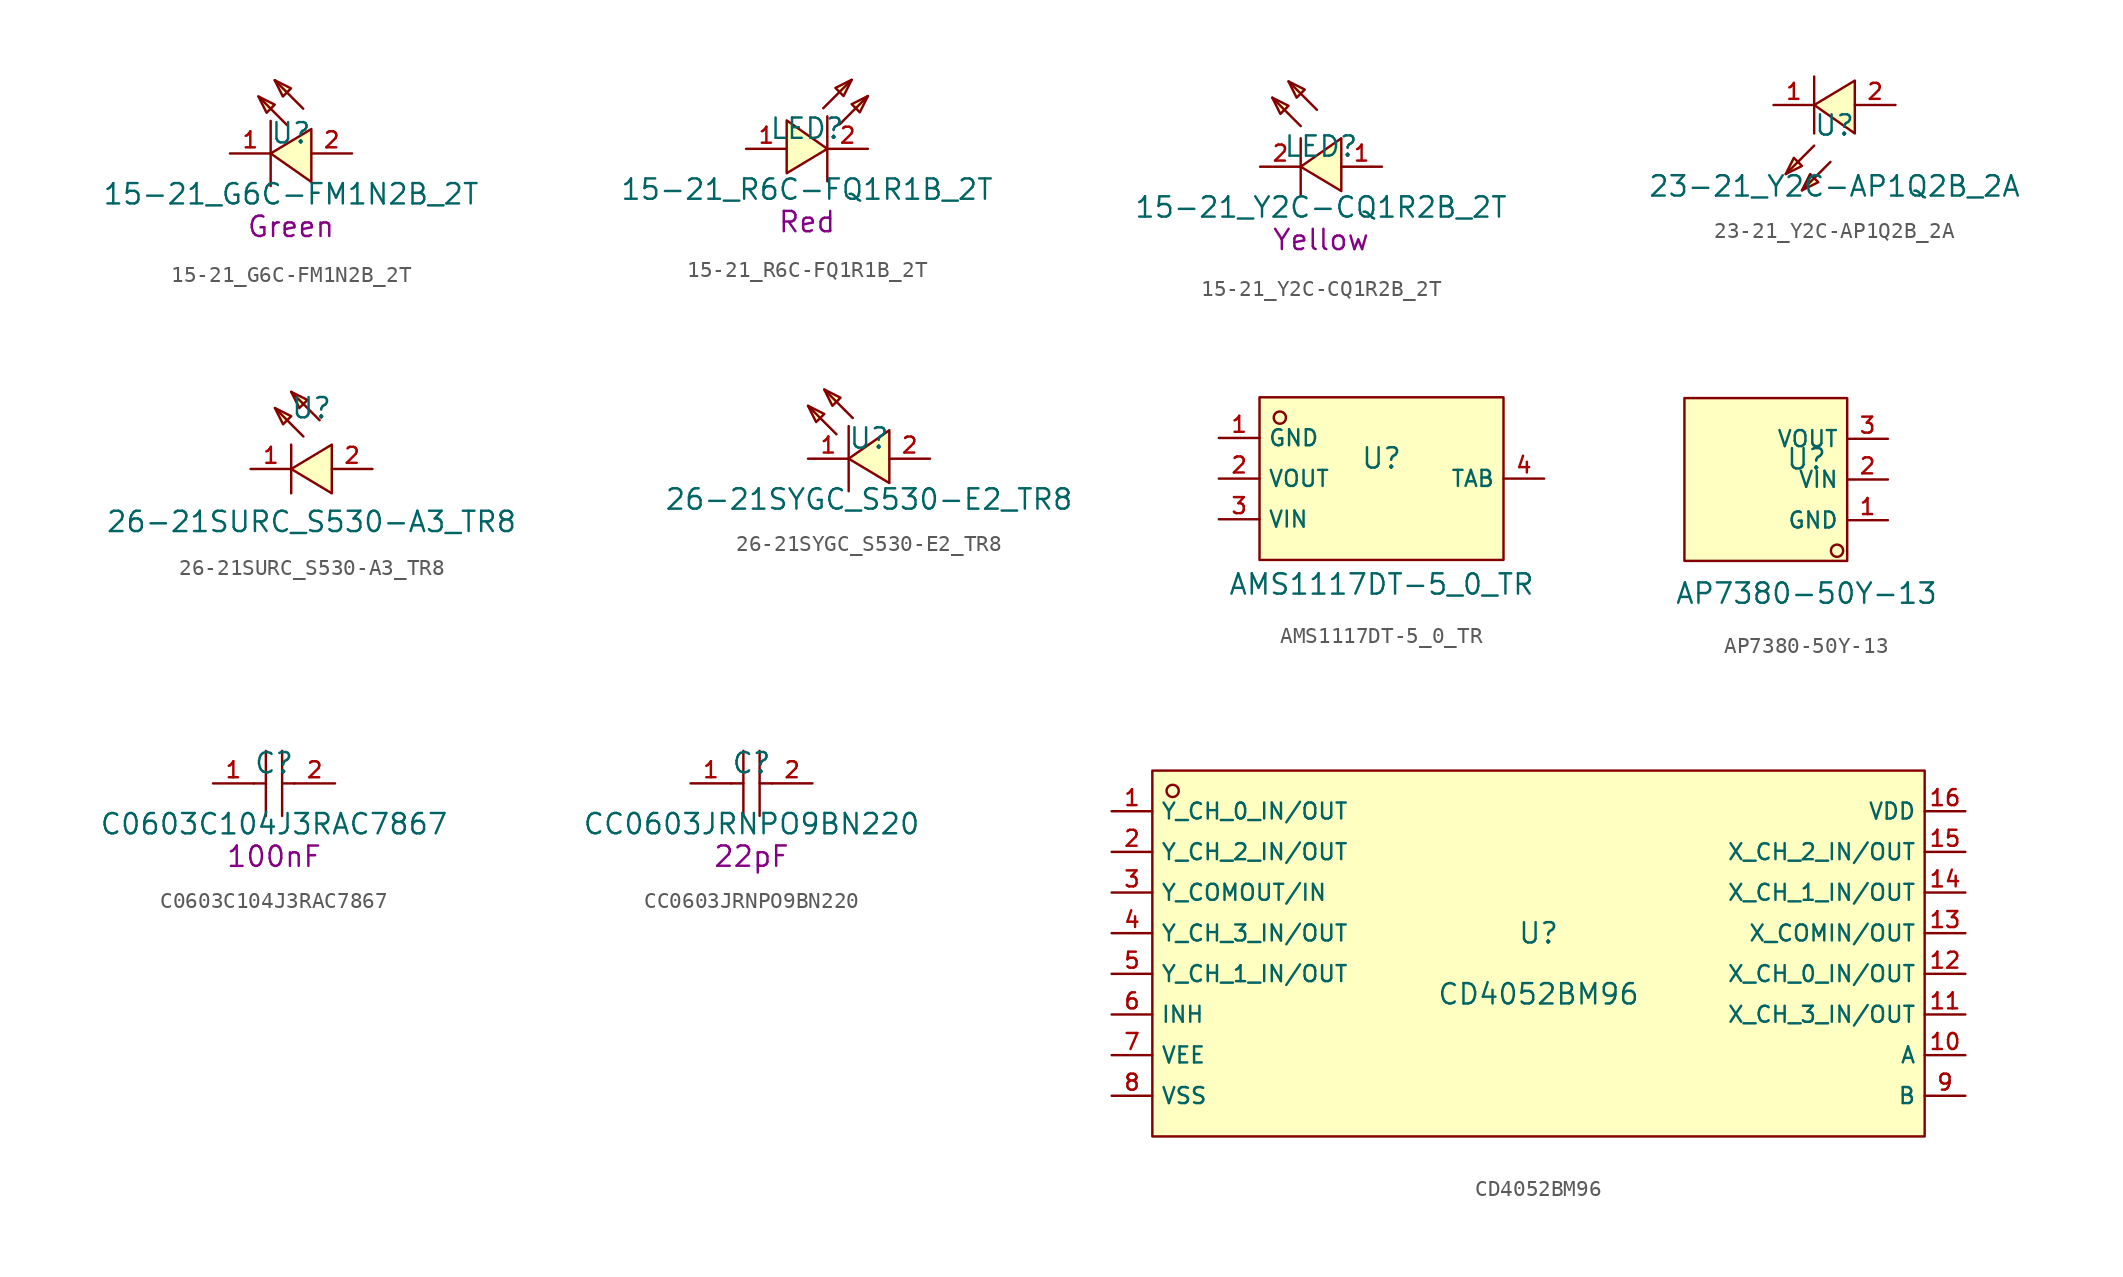
<source format=kicad_sym>
(kicad_symbol_lib
  (version 20220914)
  (generator kicad_symbol_editor)
  (symbol "15-21_G6C-FM1N2B_2T"
    (pin_names hide)
    (property "Reference" "U"
      (at 0 1.27 0)
      (effects (font (size 1.27 1.27))))
    (property "Value" "15-21_G6C-FM1N2B_2T"
      (at 0 -2.54 0)
      (effects (font (size 1.27 1.27))))
    (property "Colour" "Green"
      (at 0 -4.572 0)
      (effects (font (size 1.27 1.27))))
    (symbol "15-21_G6C-FM1N2B_2T_0_1"
      (polyline (pts (xy -1.27 -2.032) (xy -1.27 2.032)) (stroke (width 0) (type default)) (fill (type none)))
      (polyline (pts (xy -0.254 1.778) (xy -2.032 3.556)) (stroke (width 0) (type default)) (fill (type none)))
      (polyline (pts (xy 0.762 2.794) (xy -1.016 4.572)) (stroke (width 0) (type default)) (fill (type none)))
      (polyline (pts (xy -2.032 3.556) (xy -1.524 2.54) (xy -1.016 3.048) (xy -2.032 3.556)) (stroke (width 0) (type default)) (fill (type background)))
      (polyline (pts (xy -1.016 4.572) (xy -0.508 3.556) (xy 0 4.064) (xy -1.016 4.572)) (stroke (width 0) (type default)) (fill (type background)))
      (polyline (pts (xy 1.27 1.524) (xy -1.27 0) (xy 1.27 -1.778) (xy 1.27 1.524)) (stroke (width 0) (type default)) (fill (type background))))
    (symbol "15-21_G6C-FM1N2B_2T_1_1"
      (pin unspecified line (at -3.81 0 0) (length 2.54) (name "-" (effects (font (size 1 1)))) (number "1" (effects (font (size 1 1)))))
      (pin unspecified line (at 3.81 0 180) (length 2.54) (name "+" (effects (font (size 1 1)))) (number "2" (effects (font (size 1 1)))))))
  (symbol "15-21_R6C-FQ1R1B_2T"
    (pin_names hide)
    (property "Reference" "LED"
      (at 0 1.27 0)
      (effects (font (size 1.27 1.27))))
    (property "Value" "15-21_R6C-FQ1R1B_2T"
      (at 0 -2.54 0)
      (effects (font (size 1.27 1.27))))
    (property "Colour" "Red"
      (at 0 -4.572 0)
      (effects (font (size 1.27 1.27))))
    (symbol "15-21_R6C-FQ1R1B_2T_0_1"
      (polyline (pts (xy 1.016 2.54) (xy 2.794 4.318)) (stroke (width 0) (type default)) (fill (type none)))
      (polyline (pts (xy 1.27 2.032) (xy 1.27 -2.032)) (stroke (width 0) (type default)) (fill (type none)))
      (polyline (pts (xy 2.032 1.524) (xy 3.81 3.302)) (stroke (width 0) (type default)) (fill (type none)))
      (polyline (pts (xy -1.27 -1.524) (xy 1.27 0) (xy -1.27 1.778) (xy -1.27 -1.524)) (stroke (width 0) (type default)) (fill (type background)))
      (polyline (pts (xy 2.794 4.318) (xy 1.778 3.81) (xy 2.286 3.302) (xy 2.794 4.318)) (stroke (width 0) (type default)) (fill (type background)))
      (polyline (pts (xy 3.81 3.302) (xy 2.794 2.794) (xy 3.302 2.286) (xy 3.81 3.302)) (stroke (width 0) (type default)) (fill (type background))))
    (symbol "15-21_R6C-FQ1R1B_2T_1_1"
      (pin unspecified line (at -3.81 0 0) (length 2.54) (name "A" (effects (font (size 1 1)))) (number "1" (effects (font (size 1 1)))))
      (pin unspecified line (at 3.81 0 180) (length 2.54) (name "K" (effects (font (size 1 1)))) (number "2" (effects (font (size 1 1)))))))
  (symbol "15-21_Y2C-CQ1R2B_2T"
    (pin_names hide)
    (property "Reference" "LED"
      (at 0 1.27 0)
      (effects (font (size 1.27 1.27))))
    (property "Value" "15-21_Y2C-CQ1R2B_2T"
      (at 0 -2.54 0)
      (effects (font (size 1.27 1.27))))
    (property "Colour" "Yellow"
      (at 0 -4.572 0)
      (effects (font (size 1.27 1.27))))
    (symbol "15-21_Y2C-CQ1R2B_2T_0_1"
      (polyline (pts (xy -1.27 -1.778) (xy -1.27 1.778)) (stroke (width 0) (type default)) (fill (type none)))
      (polyline (pts (xy -1.27 2.54) (xy -3.048 4.318)) (stroke (width 0) (type default)) (fill (type none)))
      (polyline (pts (xy -0.254 3.556) (xy -2.032 5.334)) (stroke (width 0) (type default)) (fill (type none)))
      (polyline (pts (xy -3.048 4.318) (xy -2.032 3.81) (xy -2.54 3.302) (xy -3.048 4.318)) (stroke (width 0) (type default)) (fill (type background)))
      (polyline (pts (xy -2.032 5.334) (xy -1.016 4.826) (xy -1.524 4.318) (xy -2.032 5.334)) (stroke (width 0) (type default)) (fill (type background)))
      (polyline (pts (xy 1.27 -1.524) (xy -1.27 0) (xy 1.27 1.778) (xy 1.27 -1.524)) (stroke (width 0) (type default)) (fill (type background))))
    (symbol "15-21_Y2C-CQ1R2B_2T_1_1"
      (pin unspecified line (at 3.81 0 180) (length 2.54) (name "A" (effects (font (size 1 1)))) (number "1" (effects (font (size 1 1)))))
      (pin unspecified line (at -3.81 0 0) (length 2.54) (name "K" (effects (font (size 1 1)))) (number "2" (effects (font (size 1 1)))))))
  (symbol "23-21_Y2C-AP1Q2B_2A"
    (pin_names hide)
    (property "Reference" "U"
      (at 0 -1.27 0)
      (effects (font (size 1.27 1.27))))
    (property "Value" "23-21_Y2C-AP1Q2B_2A"
      (at 0 -5.08 0)
      (effects (font (size 1.27 1.27))))
    (symbol "23-21_Y2C-AP1Q2B_2A_0_1"
      (polyline (pts (xy -1.27 -2.54) (xy -3.048 -4.318)) (stroke (width 0) (type default)) (fill (type none)))
      (polyline (pts (xy -1.27 1.778) (xy -1.27 -1.778)) (stroke (width 0) (type default)) (fill (type none)))
      (polyline (pts (xy -0.254 -3.556) (xy -2.032 -5.334)) (stroke (width 0) (type default)) (fill (type none)))
      (polyline (pts (xy -3.048 -4.318) (xy -2.032 -3.81) (xy -2.54 -3.302) (xy -3.048 -4.318)) (stroke (width 0) (type default)) (fill (type background)))
      (polyline (pts (xy -2.032 -5.334) (xy -1.016 -4.826) (xy -1.524 -4.318) (xy -2.032 -5.334)) (stroke (width 0) (type default)) (fill (type background)))
      (polyline (pts (xy 1.27 1.524) (xy -1.27 0) (xy 1.27 -1.778) (xy 1.27 1.524)) (stroke (width 0) (type default)) (fill (type background))))
    (symbol "23-21_Y2C-AP1Q2B_2A_1_1"
      (pin unspecified line (at -3.81 0 0) (length 2.54) (name "-" (effects (font (size 1 1)))) (number "1" (effects (font (size 1 1)))))
      (pin unspecified line (at 3.81 0 180) (length 2.54) (name "+" (effects (font (size 1 1)))) (number "2" (effects (font (size 1 1)))))))
  (symbol "26-21SURC_S530-A3_TR8"
    (pin_names hide)
    (property "Reference" "U"
      (at 0 3.81 0)
      (effects (font (size 1.27 1.27))))
    (property "Value" "26-21SURC_S530-A3_TR8"
      (at 0 -3.302 0)
      (effects (font (size 1.27 1.27))))
    (symbol "26-21SURC_S530-A3_TR8_0_1"
      (polyline (pts (xy -1.27 1.524) (xy -1.27 -1.524)) (stroke (width 0) (type default)) (fill (type none)))
      (polyline (pts (xy -0.508 2.032) (xy -2.286 3.81)) (stroke (width 0) (type default)) (fill (type none)))
      (polyline (pts (xy 0.508 3.048) (xy -1.27 4.826)) (stroke (width 0) (type default)) (fill (type none)))
      (polyline (pts (xy -2.286 3.81) (xy -1.27 3.302) (xy -1.778 2.794) (xy -2.286 3.81)) (stroke (width 0) (type default)) (fill (type background)))
      (polyline (pts (xy -1.27 4.826) (xy -0.254 4.318) (xy -0.762 3.81) (xy -1.27 4.826)) (stroke (width 0) (type default)) (fill (type background)))
      (polyline (pts (xy 1.27 -1.524) (xy -1.27 0) (xy 1.27 1.524) (xy 1.27 -1.524)) (stroke (width 0) (type default)) (fill (type background))))
    (symbol "26-21SURC_S530-A3_TR8_1_1"
      (pin input line (at -3.81 0 0) (length 2.54) (name "-" (effects (font (size 1 1)))) (number "1" (effects (font (size 1 1)))))
      (pin input line (at 3.81 0 180) (length 2.54) (name "+" (effects (font (size 1 1)))) (number "2" (effects (font (size 1 1)))))))
  (symbol "26-21SYGC_S530-E2_TR8"
    (pin_names hide)
    (property "Reference" "U"
      (at 0 1.27 0)
      (effects (font (size 1.27 1.27))))
    (property "Value" "26-21SYGC_S530-E2_TR8"
      (at 0 -2.54 0)
      (effects (font (size 1.27 1.27))))
    (symbol "26-21SYGC_S530-E2_TR8_0_1"
      (polyline (pts (xy -2.032 1.524) (xy -3.81 3.302)) (stroke (width 0) (type default)) (fill (type none)))
      (polyline (pts (xy -1.27 2.032) (xy -1.27 -2.032)) (stroke (width 0) (type default)) (fill (type none)))
      (polyline (pts (xy -1.016 2.54) (xy -2.794 4.318)) (stroke (width 0) (type default)) (fill (type none)))
      (polyline (pts (xy -3.81 3.302) (xy -2.794 2.794) (xy -3.302 2.286) (xy -3.81 3.302)) (stroke (width 0) (type default)) (fill (type background)))
      (polyline (pts (xy -2.794 4.318) (xy -1.778 3.81) (xy -2.286 3.302) (xy -2.794 4.318)) (stroke (width 0) (type default)) (fill (type background)))
      (polyline (pts (xy 1.27 -1.524) (xy -1.27 0) (xy 1.27 1.778) (xy 1.27 -1.524)) (stroke (width 0) (type default)) (fill (type background))))
    (symbol "26-21SYGC_S530-E2_TR8_1_1"
      (pin unspecified line (at -3.81 0 0) (length 2.54) (name "1" (effects (font (size 1 1)))) (number "1" (effects (font (size 1 1)))))
      (pin unspecified line (at 3.81 0 180) (length 2.54) (name "2" (effects (font (size 1 1)))) (number "2" (effects (font (size 1 1)))))))
  (symbol "AMS1117DT-5_0_TR"
    (property "Reference" "U"
      (at 0 1.27 0)
      (effects (font (size 1.27 1.27))))
    (property "Value" "AMS1117DT-5_0_TR"
      (at 0 -6.604 0)
      (effects (font (size 1.27 1.27))))
    (symbol "AMS1117DT-5_0_TR_0_1"
      (rectangle (start -7.62 5.08) (end 7.62 -5.08) (stroke (width 0) (type default)) (fill (type background)))
      (circle (center -6.35 3.81) (radius 0.381) (stroke (width 0) (type default)) (fill (type background)))
      (pin unspecified line (at -10.16 2.54 0) (length 2.54) (name "GND" (effects (font (size 1 1)))) (number "1" (effects (font (size 1 1)))))
      (pin unspecified line (at -10.16 0 0) (length 2.54) (name "VOUT" (effects (font (size 1 1)))) (number "2" (effects (font (size 1 1)))))
      (pin unspecified line (at -10.16 -2.54 0) (length 2.54) (name "VIN" (effects (font (size 1 1)))) (number "3" (effects (font (size 1 1)))))
      (pin unspecified line (at 10.16 0 180) (length 2.54) (name "TAB" (effects (font (size 1 1)))) (number "4" (effects (font (size 1 1)))))))
  (symbol "AP7380-50Y-13"
    (property "Reference" "U"
      (at 0 1.27 0)
      (effects (font (size 1.27 1.27))))
    (property "Value" "AP7380-50Y-13"
      (at 0 -7.112 0)
      (effects (font (size 1.27 1.27))))
    (symbol "AP7380-50Y-13_0_1"
      (rectangle (start -7.62 5.08) (end 2.54 -5.08) (stroke (width 0) (type default)) (fill (type background)))
      (circle (center 1.905 -4.445) (radius 0.381) (stroke (width 0) (type default)) (fill (type background)))
      (pin unspecified line (at 5.08 -2.54 180) (length 2.54) (name "GND" (effects (font (size 1 1)))) (number "1" (effects (font (size 1 1)))))
      (pin unspecified line (at 5.08 0 180) (length 2.54) (name "VIN" (effects (font (size 1 1)))) (number "2" (effects (font (size 1 1)))))
      (pin unspecified line (at 5.08 2.54 180) (length 2.54) (name "VOUT" (effects (font (size 1 1)))) (number "3" (effects (font (size 1 1)))))))
  (symbol "C0603C104J3RAC7867"
    (pin_names hide)
    (property "Reference" "C"
      (at 0 1.27 0)
      (effects (font (size 1.27 1.27))))
    (property "Value" "C0603C104J3RAC7867"
      (at 0 -2.54 0)
      (effects (font (size 1.27 1.27))))
    (property "Capacitnce" "100nF"
      (at 0 -4.572 0)
      (effects (font (size 1.27 1.27))))
    (symbol "C0603C104J3RAC7867_0_1"
      (polyline (pts (xy -1.27 0) (xy -0.508 0)) (stroke (width 0) (type default)) (fill (type none)))
      (polyline (pts (xy -0.508 2.032) (xy -0.508 -2.032)) (stroke (width 0) (type default)) (fill (type none)))
      (polyline (pts (xy 0.508 0) (xy 1.27 0)) (stroke (width 0) (type default)) (fill (type none)))
      (polyline (pts (xy 0.508 2.032) (xy 0.508 -2.032)) (stroke (width 0) (type default)) (fill (type none)))
      (pin input line (at 3.81 0 180) (length 2.54) (name "2" (effects (font (size 1 1)))) (number "2" (effects (font (size 1 1))))))
    (symbol "C0603C104J3RAC7867_1_1"
      (pin input line (at -3.81 0 0) (length 2.54) (name "1" (effects (font (size 1 1)))) (number "1" (effects (font (size 1 1)))))))
  (symbol "CC0603JRNPO9BN220"
    (pin_names hide)
    (property "Reference" "C"
      (at 0 1.27 0)
      (effects (font (size 1.27 1.27))))
    (property "Value" "CC0603JRNPO9BN220"
      (at 0 -2.54 0)
      (effects (font (size 1.27 1.27))))
    (property "Capacitance" "22pF"
      (at 0 -4.572 0)
      (effects (font (size 1.27 1.27))))
    (symbol "CC0603JRNPO9BN220_0_1"
      (polyline (pts (xy -1.27 0) (xy -0.508 0)) (stroke (width 0) (type default)) (fill (type none)))
      (polyline (pts (xy -0.508 2.032) (xy -0.508 -2.032)) (stroke (width 0) (type default)) (fill (type none)))
      (polyline (pts (xy 0.508 0) (xy 1.27 0)) (stroke (width 0) (type default)) (fill (type none)))
      (polyline (pts (xy 0.508 2.032) (xy 0.508 -2.032)) (stroke (width 0) (type default)) (fill (type none)))
      (pin input line (at 3.81 0 180) (length 2.54) (name "2" (effects (font (size 1 1)))) (number "2" (effects (font (size 1 1))))))
    (symbol "CC0603JRNPO9BN220_1_1"
      (pin input line (at -3.81 0 0) (length 2.54) (name "1" (effects (font (size 1 1)))) (number "1" (effects (font (size 1 1)))))))
  (symbol "CD4052BM96"
    (property "Reference" "U"
      (at 0 1.27 0)
      (effects (font (size 1.27 1.27))))
    (property "Value" "CD4052BM96"
      (at 0 -2.54 0)
      (effects (font (size 1.27 1.27))))
    (symbol "CD4052BM96_0_1"
      (rectangle (start -24.13 11.43) (end 24.13 -11.43) (stroke (width 0) (type default)) (fill (type background)))
      (circle (center -22.86 10.16) (radius 0.381) (stroke (width 0) (type default)) (fill (type background)))
      (pin unspecified line (at -26.67 8.89 0) (length 2.54) (name "Y_CH_0_IN/OUT" (effects (font (size 1 1)))) (number "1" (effects (font (size 1 1)))))
      (pin unspecified line (at 26.67 -6.35 180) (length 2.54) (name "A" (effects (font (size 1 1)))) (number "10" (effects (font (size 1 1)))))
      (pin unspecified line (at 26.67 -3.81 180) (length 2.54) (name "X_CH_3_IN/OUT" (effects (font (size 1 1)))) (number "11" (effects (font (size 1 1)))))
      (pin unspecified line (at 26.67 -1.27 180) (length 2.54) (name "X_CH_0_IN/OUT" (effects (font (size 1 1)))) (number "12" (effects (font (size 1 1)))))
      (pin unspecified line (at 26.67 1.27 180) (length 2.54) (name "X_COMIN/OUT" (effects (font (size 1 1)))) (number "13" (effects (font (size 1 1)))))
      (pin unspecified line (at 26.67 3.81 180) (length 2.54) (name "X_CH_1_IN/OUT" (effects (font (size 1 1)))) (number "14" (effects (font (size 1 1)))))
      (pin unspecified line (at 26.67 6.35 180) (length 2.54) (name "X_CH_2_IN/OUT" (effects (font (size 1 1)))) (number "15" (effects (font (size 1 1)))))
      (pin unspecified line (at 26.67 8.89 180) (length 2.54) (name "VDD" (effects (font (size 1 1)))) (number "16" (effects (font (size 1 1)))))
      (pin unspecified line (at -26.67 6.35 0) (length 2.54) (name "Y_CH_2_IN/OUT" (effects (font (size 1 1)))) (number "2" (effects (font (size 1 1)))))
      (pin unspecified line (at -26.67 3.81 0) (length 2.54) (name "Y_COMOUT/IN" (effects (font (size 1 1)))) (number "3" (effects (font (size 1 1)))))
      (pin unspecified line (at -26.67 1.27 0) (length 2.54) (name "Y_CH_3_IN/OUT" (effects (font (size 1 1)))) (number "4" (effects (font (size 1 1)))))
      (pin unspecified line (at -26.67 -1.27 0) (length 2.54) (name "Y_CH_1_IN/OUT" (effects (font (size 1 1)))) (number "5" (effects (font (size 1 1)))))
      (pin unspecified line (at -26.67 -3.81 0) (length 2.54) (name "INH" (effects (font (size 1 1)))) (number "6" (effects (font (size 1 1)))))
      (pin unspecified line (at -26.67 -6.35 0) (length 2.54) (name "VEE" (effects (font (size 1 1)))) (number "7" (effects (font (size 1 1)))))
      (pin unspecified line (at -26.67 -8.89 0) (length 2.54) (name "VSS" (effects (font (size 1 1)))) (number "8" (effects (font (size 1 1)))))
      (pin unspecified line (at 26.67 -8.89 180) (length 2.54) (name "B" (effects (font (size 1 1)))) (number "9" (effects (font (size 1 1))))))))
</source>
